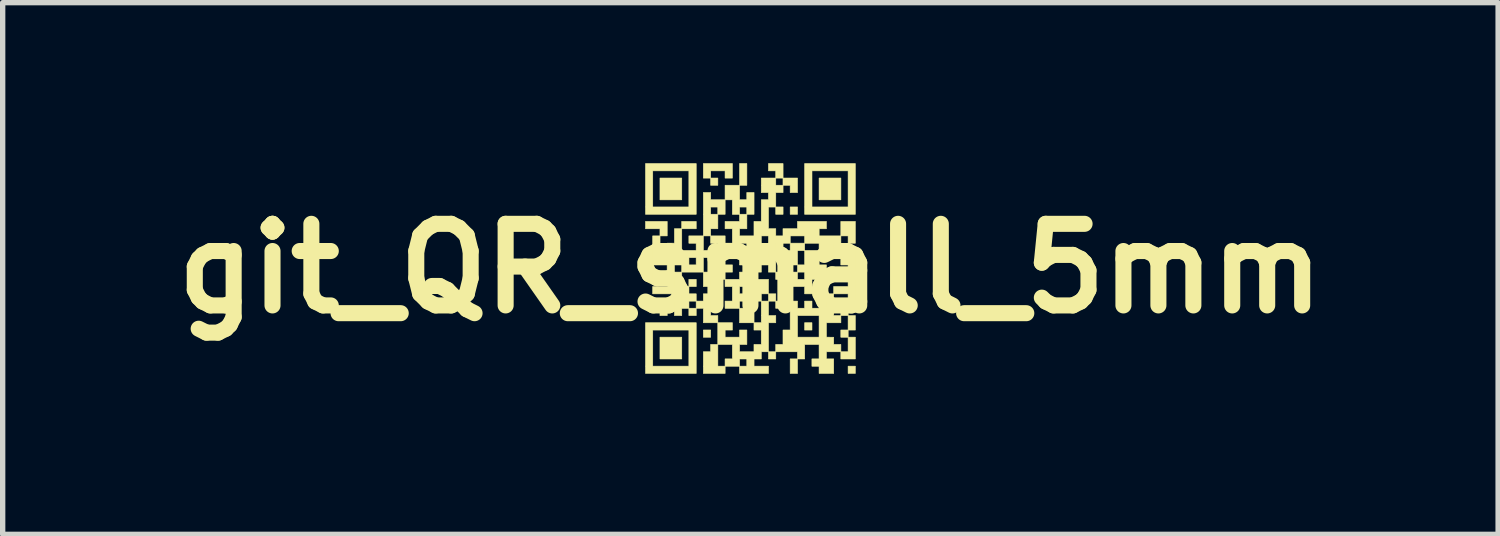
<source format=kicad_pcb>
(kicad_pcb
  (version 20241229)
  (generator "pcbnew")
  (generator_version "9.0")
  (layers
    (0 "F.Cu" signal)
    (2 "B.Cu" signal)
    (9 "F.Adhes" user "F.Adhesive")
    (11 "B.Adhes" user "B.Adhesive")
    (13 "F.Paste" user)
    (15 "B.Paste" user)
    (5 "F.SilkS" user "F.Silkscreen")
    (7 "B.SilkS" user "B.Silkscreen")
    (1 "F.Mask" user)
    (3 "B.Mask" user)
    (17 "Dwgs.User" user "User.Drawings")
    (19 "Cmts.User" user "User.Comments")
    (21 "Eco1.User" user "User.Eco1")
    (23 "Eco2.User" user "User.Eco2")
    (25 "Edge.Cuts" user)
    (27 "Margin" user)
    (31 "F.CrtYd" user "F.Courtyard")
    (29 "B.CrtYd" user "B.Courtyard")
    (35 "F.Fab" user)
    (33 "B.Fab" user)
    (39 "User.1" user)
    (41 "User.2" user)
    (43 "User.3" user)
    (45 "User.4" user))
  (footprint "git_QR_small_5mm"
    (layer "F.Cu")
    (at 10.966 1.965)
    (property "Reference" "git_QR_small_5mm" (at 0 0 0) (layer "F.SilkS") (effects (font (size 1.524 1.524) (thickness 0.3))))
    (attr through_hole)
    (fp_poly (pts (xy -1.688 0.204) (xy -1.826 0.204) (xy -1.826 0.066) (xy -1.688 0.066) (xy -1.688 0.204)) (stroke (width 0.01) (type solid)) (fill yes) (layer "F.SilkS"))
    (fp_poly (pts (xy -1.282 -1.282) (xy -1.69 -1.282) (xy -1.69 -1.69) (xy -1.282 -1.69) (xy -1.282 -1.282)) (stroke (width 0.01) (type solid)) (fill yes) (layer "F.SilkS"))
    (fp_poly (pts (xy -1.282 1.69) (xy -1.69 1.69) (xy -1.69 1.282) (xy -1.282 1.282) (xy -1.282 1.69)) (stroke (width 0.01) (type solid)) (fill yes) (layer "F.SilkS"))
    (fp_poly (pts (xy -0.742 1.284) (xy -0.88 1.284) (xy -0.88 1.148) (xy -0.742 1.148) (xy -0.742 1.284)) (stroke (width 0.01) (type solid)) (fill yes) (layer "F.SilkS"))
    (fp_poly (pts (xy 0.88 -1.012) (xy 0.742 -1.012) (xy 0.742 -1.15) (xy 0.88 -1.15) (xy 0.88 -1.012)) (stroke (width 0.01) (type solid)) (fill yes) (layer "F.SilkS"))
    (fp_poly (pts (xy 1.15 1.15) (xy 1.012 1.15) (xy 1.012 1.012) (xy 1.15 1.012) (xy 1.15 1.15)) (stroke (width 0.01) (type solid)) (fill yes) (layer "F.SilkS"))
    (fp_poly (pts (xy 1.69 -1.282) (xy 1.282 -1.282) (xy 1.282 -1.69) (xy 1.69 -1.69) (xy 1.69 -1.282)) (stroke (width 0.01) (type solid)) (fill yes) (layer "F.SilkS"))
    (fp_poly (pts (xy 1.96 1.96) (xy 1.824 1.96) (xy 1.824 1.824) (xy 1.96 1.824) (xy 1.96 1.96)) (stroke (width 0.01) (type solid)) (fill yes) (layer "F.SilkS"))
    (fp_poly (pts (xy 1.96 0.068) (xy 1.824 0.068) (xy 1.824 -0.066) (xy 1.688 -0.066) (xy 1.688 -0.204) (xy 1.824 -0.204) (xy 1.824 -0.338) (xy 1.96 -0.338) (xy 1.96 0.068)) (stroke (width 0.01) (type solid)) (fill yes) (layer "F.SilkS"))
    (fp_poly (pts (xy -1.012 -1.012) (xy -1.96 -1.012) (xy -1.96 -1.824) (xy -1.824 -1.824) (xy -1.824 -1.15) (xy -1.15 -1.15) (xy -1.15 -1.824) (xy -1.824 -1.824) (xy -1.96 -1.824) (xy -1.96 -1.96) (xy -1.012 -1.96) (xy -1.012 -1.012)) (stroke (width 0.01) (type solid)) (fill yes) (layer "F.SilkS"))
    (fp_poly (pts (xy -1.012 1.96) (xy -1.96 1.96) (xy -1.96 1.15) (xy -1.824 1.15) (xy -1.824 1.824) (xy -1.15 1.824) (xy -1.15 1.15) (xy -1.824 1.15) (xy -1.96 1.15) (xy -1.96 1.012) (xy -1.012 1.012) (xy -1.012 1.96)) (stroke (width 0.01) (type solid)) (fill yes) (layer "F.SilkS"))
    (fp_poly (pts (xy 1.96 -1.012) (xy 1.012 -1.012) (xy 1.012 -1.824) (xy 1.15 -1.824) (xy 1.15 -1.15) (xy 1.824 -1.15) (xy 1.824 -1.824) (xy 1.15 -1.824) (xy 1.012 -1.824) (xy 1.012 -1.96) (xy 1.96 -1.96) (xy 1.96 -1.012)) (stroke (width 0.01) (type solid)) (fill yes) (layer "F.SilkS"))
    (fp_poly (pts (xy -0.336 -1.688) (xy -0.474 -1.688) (xy -0.474 -1.824) (xy -0.742 -1.824) (xy -0.742 -1.69) (xy -0.608 -1.69) (xy -0.608 -1.554) (xy -0.744 -1.554) (xy -0.744 -1.688) (xy -0.88 -1.688) (xy -0.88 -1.96) (xy -0.336 -1.96) (xy -0.336 -1.688)) (stroke (width 0.01) (type solid)) (fill yes) (layer "F.SilkS"))
    (fp_poly (pts (xy -0.066 -1.554) (xy -0.202 -1.554) (xy -0.202 -1.284) (xy -0.068 -1.284) (xy -0.068 -1.42) (xy 0.068 -1.42) (xy 0.068 -1.012) (xy -0.066 -1.012) (xy -0.066 -0.742) (xy -0.202 -0.742) (xy -0.202 -0.61) (xy 0.066 -0.61) (xy 0.066 -0.88) (xy 0.202 -0.88) (xy 0.202 -1.284) (xy 0.336 -1.284) (xy 0.336 -1.418) (xy 0.202 -1.418) (xy 0.202 -1.688) (xy 0.474 -1.688) (xy 0.474 -1.556) (xy 0.608 -1.556) (xy 0.608 -1.688) (xy 0.474 -1.688) (xy 0.202 -1.688) (xy 0.202 -1.69) (xy 0.472 -1.69) (xy 0.472 -1.824) (xy 0.336 -1.824) (xy 0.336 -1.96) (xy 0.61 -1.96) (xy 0.61 -1.69) (xy 0.88 -1.69) (xy 0.88 -1.418) (xy 0.742 -1.418) (xy 0.742 -1.554) (xy 0.61 -1.554) (xy 0.61 -1.418) (xy 0.474 -1.418) (xy 0.474 -1.15) (xy 0.61 -1.15) (xy 0.61 -1.012) (xy 0.472 -1.012) (xy 0.472 -1.148) (xy 0.338 -1.148) (xy 0.338 -0.744) (xy 0.474 -0.744) (xy 0.474 -0.61) (xy 0.608 -0.61) (xy 0.608 -0.744) (xy 0.878 -0.744) (xy 0.878 -0.88) (xy 1.42 -0.88) (xy 1.42 -0.742) (xy 1.284 -0.742) (xy 1.284 -0.61) (xy 1.688 -0.61) (xy 1.688 -0.88) (xy 1.96 -0.88) (xy 1.96 -0.472) (xy 1.824 -0.472) (xy 1.824 -0.608) (xy 1.69 -0.608) (xy 1.69 -0.472) (xy 1.623 -0.472) (xy 1.556 -0.472) (xy 1.556 -0.405) (xy 1.555 -0.337) (xy 1.419 -0.336) (xy 1.284 -0.336) (xy 1.284 -0.068) (xy 1.42 -0.068) (xy 1.42 0.068) (xy 1.284 0.068) (xy 1.284 0.204) (xy 1.15 0.204) (xy 1.15 0.336) (xy 1.284 0.336) (xy 1.284 0.472) (xy 1.554 0.472) (xy 1.554 0.336) (xy 1.824 0.336) (xy 1.824 0.202) (xy 1.96 0.202) (xy 1.96 0.61) (xy 1.824 0.61) (xy 1.824 0.474) (xy 1.556 0.474) (xy 1.556 0.541) (xy 1.555 0.609) (xy 1.488 0.61) (xy 1.42 0.61) (xy 1.42 0.742) (xy 1.556 0.742) (xy 1.556 0.878) (xy 1.688 0.878) (xy 1.688 0.742) (xy 1.826 0.742) (xy 1.826 0.878) (xy 1.96 0.878) (xy 1.96 1.15) (xy 1.826 1.15) (xy 1.826 1.282) (xy 1.96 1.282) (xy 1.96 1.69) (xy 1.688 1.69) (xy 1.688 1.556) (xy 1.42 1.556) (xy 1.42 1.688) (xy 1.556 1.688) (xy 1.556 1.96) (xy 1.282 1.96) (xy 1.282 1.826) (xy 1.148 1.826) (xy 1.148 1.688) (xy 1.282 1.688) (xy 1.282 1.42) (xy 1.014 1.42) (xy 1.014 1.69) (xy 0.88 1.69) (xy 0.88 1.96) (xy 0.742 1.96) (xy 0.742 1.688) (xy 0.878 1.688) (xy 0.878 1.556) (xy 0.474 1.556) (xy 0.474 1.69) (xy 0.336 1.69) (xy 0.336 1.556) (xy 0.204 1.556) (xy 0.204 1.69) (xy 0.068 1.69) (xy 0.068 1.824) (xy 0.338 1.824) (xy 0.338 1.96) (xy -0.204 1.96) (xy -0.204 1.826) (xy -0.472 1.826) (xy -0.472 1.96) (xy -0.88 1.96) (xy -0.88 1.554) (xy -0.744 1.554) (xy -0.744 1.42) (xy -0.608 1.42) (xy -0.608 1.824) (xy -0.474 1.824) (xy -0.474 1.69) (xy -0.202 1.69) (xy -0.202 1.824) (xy -0.068 1.824) (xy -0.068 1.69) (xy -0.202 1.69) (xy -0.474 1.69) (xy -0.474 1.688) (xy -0.338 1.688) (xy -0.338 1.42) (xy -0.608 1.42) (xy -0.744 1.42) (xy -0.744 1.418) (xy -0.61 1.418) (xy -0.61 1.014) (xy -0.88 1.014) (xy -0.88 0.744) (xy -1.012 0.744) (xy -1.012 0.88) (xy -1.15 0.88) (xy -1.15 0.744) (xy -1.282 0.744) (xy -1.282 0.88) (xy -1.42 0.88) (xy -1.42 0.744) (xy -1.554 0.744) (xy -1.554 0.88) (xy -1.69 0.88) (xy -1.69 0.742) (xy -1.556 0.742) (xy -1.556 0.608) (xy -1.418 0.608) (xy -1.418 0.742) (xy -1.284 0.742) (xy -1.284 0.61) (xy -1.148 0.61) (xy -1.148 0.742) (xy -1.014 0.742) (xy -1.014 0.61) (xy -1.148 0.61) (xy -1.284 0.61) (xy -1.284 0.474) (xy -1.826 0.474) (xy -1.826 0.336) (xy -1.42 0.336) (xy -1.42 0.204) (xy -1.556 0.204) (xy -1.556 0.068) (xy -1.282 0.068) (xy -1.282 0.336) (xy -1.15 0.336) (xy -1.15 0.202) (xy -1.012 0.202) (xy -1.012 0.338) (xy -1.148 0.338) (xy -1.148 0.472) (xy -1.012 0.472) (xy -1.012 0.608) (xy -0.88 0.608) (xy -0.88 0.472) (xy -0.608 0.472) (xy -0.608 0.61) (xy -0.742 0.61) (xy -0.742 0.878) (xy -0.608 0.878) (xy -0.608 1.012) (xy -0.336 1.012) (xy -0.336 1.15) (xy -0.472 1.15) (xy -0.472 1.282) (xy -0.204 1.282) (xy -0.204 1.148) (xy -0.066 1.148) (xy -0.066 1.42) (xy -0.202 1.42) (xy -0.202 1.554) (xy 0.066 1.554) (xy 0.066 1.418) (xy 0.202 1.418) (xy 0.202 1.15) (xy 0.066 1.15) (xy 0.066 1.014) (xy -0.204 1.014) (xy -0.204 0.744) (xy -0.474 0.744) (xy -0.474 0.61) (xy -0.202 0.61) (xy -0.202 0.742) (xy -0.068 0.742) (xy -0.068 0.61) (xy 0.068 0.61) (xy 0.068 1.012) (xy 0.202 1.012) (xy 0.202 0.61) (xy 0.338 0.61) (xy 0.338 0.878) (xy 0.474 0.878) (xy 0.474 1.014) (xy 0.338 1.014) (xy 0.338 1.554) (xy 0.472 1.554) (xy 0.472 1.418) (xy 0.608 1.418) (xy 0.608 1.148) (xy 0.742 1.148) (xy 0.742 0.88) (xy 0.88 0.88) (xy 0.88 1.282) (xy 1.282 1.282) (xy 1.282 1.014) (xy 1.42 1.014) (xy 1.42 1.282) (xy 1.555 1.283) (xy 1.556 1.351) (xy 1.556 1.418) (xy 1.69 1.418) (xy 1.69 1.554) (xy 1.824 1.554) (xy 1.824 1.284) (xy 1.688 1.284) (xy 1.688 1.148) (xy 1.824 1.148) (xy 1.824 0.88) (xy 1.69 0.88) (xy 1.69 1.014) (xy 1.42 1.014) (xy 1.282 1.014) (xy 1.282 0.88) (xy 0.88 0.88) (xy 0.742 0.88) (xy 0.742 0.61) (xy 0.61 0.61) (xy 0.61 0.744) (xy 0.472 0.744) (xy 0.472 0.61) (xy 0.338 0.61) (xy 0.202 0.61) (xy 0.068 0.61) (xy -0.068 0.61) (xy -0.202 0.61) (xy -0.474 0.61) (xy -0.474 0.608) (xy -0.338 0.608) (xy -0.338 0.474) (xy 0.204 0.474) (xy 0.204 0.608) (xy 0.336 0.608) (xy 0.336 0.474) (xy 0.204 0.474) (xy -0.338 0.474) (xy -0.338 0.338) (xy -0.474 0.338) (xy -0.474 0.204) (xy -0.742 0.204) (xy -0.742 0.338) (xy -0.88 0.338) (xy -0.88 0.068) (xy -1.282 0.068) (xy -1.556 0.068) (xy -1.556 -0.066) (xy -1.418 -0.066) (xy -1.418 0.066) (xy -1.284 0.066) (xy -1.284 -0.066) (xy -1.418 -0.066) (xy -1.556 -0.066) (xy -1.826 -0.066) (xy -1.826 -0.202) (xy -1.148 -0.202) (xy -1.148 -0.068) (xy -1.014 -0.068) (xy -1.014 -0.202) (xy -0.878 -0.202) (xy -0.878 0.066) (xy -0.61 0.066) (xy -0.61 -0.202) (xy -0.878 -0.202) (xy -1.014 -0.202) (xy -1.148 -0.202) (xy -1.826 -0.202) (xy -1.826 -0.336) (xy -0.472 -0.336) (xy -0.472 -0.068) (xy -0.336 -0.068) (xy -0.336 0.068) (xy -0.472 0.068) (xy -0.472 0.202) (xy -0.204 0.202) (xy -0.204 0.066) (xy -0.066 0.066) (xy -0.066 0.338) (xy -0.202 0.338) (xy -0.202 0.472) (xy 0.066 0.472) (xy 0.066 0.202) (xy 0.338 0.202) (xy 0.338 0.472) (xy 0.474 0.472) (xy 0.474 0.608) (xy 0.608 0.608) (xy 0.608 0.338) (xy 0.744 0.338) (xy 0.744 0.608) (xy 0.88 0.608) (xy 0.88 0.742) (xy 1.012 0.742) (xy 1.012 0.608) (xy 1.15 0.608) (xy 1.15 0.742) (xy 1.282 0.742) (xy 1.282 0.474) (xy 1.012 0.474) (xy 1.012 0.338) (xy 0.744 0.338) (xy 0.608 0.338) (xy 0.608 0.336) (xy 0.742 0.336) (xy 0.742 0.204) (xy 0.472 0.204) (xy 0.472 0.068) (xy 0.88 0.068) (xy 0.88 0.202) (xy 1.012 0.202) (xy 1.012 0.068) (xy 0.88 0.068) (xy 0.472 0.068) (xy 0.336 0.068) (xy 0.336 -0.066) (xy 0.204 -0.066) (xy 0.204 0.068) (xy 0.066 0.068) (xy 0.066 -0.066) (xy -0.204 -0.066) (xy -0.204 -0.336) (xy 0.068 -0.336) (xy 0.068 -0.204) (xy 0.202 -0.204) (xy 0.202 -0.336) (xy 0.068 -0.336) (xy -0.204 -0.336) (xy -0.472 -0.336) (xy -1.826 -0.336) (xy -1.826 -0.61) (xy -1.69 -0.61) (xy -1.69 -0.742) (xy -1.96 -0.742) (xy -1.96 -0.88) (xy -1.554 -0.88) (xy -1.554 -0.608) (xy -1.688 -0.608) (xy -1.688 -0.338) (xy -1.556 -0.338) (xy -1.556 -0.474) (xy -1.42 -0.474) (xy -1.42 -0.744) (xy -1.284 -0.744) (xy -1.284 -0.88) (xy -1.012 -0.88) (xy -1.012 -0.742) (xy -1.282 -0.742) (xy -1.282 -0.338) (xy -1.014 -0.338) (xy -1.014 -0.472) (xy -1.15 -0.472) (xy -1.15 -0.608) (xy -0.878 -0.608) (xy -0.878 -0.338) (xy -0.61 -0.338) (xy -0.61 -0.472) (xy -0.202 -0.472) (xy -0.202 -0.338) (xy -0.068 -0.338) (xy -0.068 -0.472) (xy -0.202 -0.472) (xy -0.61 -0.472) (xy -0.744 -0.472) (xy -0.744 -0.608) (xy -0.878 -0.608) (xy -1.15 -0.608) (xy -1.15 -0.61) (xy -0.88 -0.61) (xy -0.88 -0.742) (xy -0.742 -0.742) (xy -0.742 -0.61) (xy -0.472 -0.61) (xy -0.472 -0.474) (xy -0.338 -0.474) (xy -0.338 -0.608) (xy 0.204 -0.608) (xy 0.204 -0.338) (xy 0.338 -0.338) (xy 0.338 -0.204) (xy 0.474 -0.204) (xy 0.474 0.066) (xy 0.608 0.066) (xy 0.608 -0.066) (xy 0.744 -0.066) (xy 0.744 0.066) (xy 0.878 0.066) (xy 0.878 -0.066) (xy 0.744 -0.066) (xy 0.608 -0.066) (xy 0.608 -0.068) (xy 0.742 -0.068) (xy 0.742 -0.202) (xy 0.608 -0.202) (xy 0.608 -0.336) (xy 0.88 -0.336) (xy 0.88 -0.068) (xy 1.012 -0.068) (xy 1.012 -0.336) (xy 0.88 -0.336) (xy 0.608 -0.336) (xy 0.472 -0.336) (xy 0.472 -0.472) (xy 0.61 -0.472) (xy 0.61 -0.338) (xy 0.742 -0.338) (xy 0.742 -0.472) (xy 1.014 -0.472) (xy 1.014 -0.338) (xy 1.282 -0.338) (xy 1.282 -0.472) (xy 1.014 -0.472) (xy 0.742 -0.472) (xy 0.61 -0.472) (xy 0.472 -0.472) (xy 0.336 -0.472) (xy 0.336 -0.608) (xy 0.744 -0.608) (xy 0.744 -0.474) (xy 1.012 -0.474) (xy 1.012 -0.608) (xy 0.744 -0.608) (xy 0.336 -0.608) (xy 0.204 -0.608) (xy -0.338 -0.608) (xy -0.338 -0.742) (xy -0.474 -0.742) (xy -0.474 -0.88) (xy -0.204 -0.88) (xy -0.204 -1.012) (xy -0.338 -1.012) (xy -0.338 -1.148) (xy -0.202 -1.148) (xy -0.202 -1.014) (xy -0.068 -1.014) (xy -0.068 -1.148) (xy -0.202 -1.148) (xy -0.338 -1.148) (xy -0.338 -1.282) (xy -0.472 -1.282) (xy -0.472 -1.012) (xy -0.608 -1.012) (xy -0.608 -0.742) (xy -0.742 -0.742) (xy -0.88 -0.742) (xy -0.88 -1.148) (xy -0.742 -1.148) (xy -0.742 -1.014) (xy -0.61 -1.014) (xy -0.61 -1.148) (xy -0.742 -1.148) (xy -0.88 -1.148) (xy -0.88 -1.42) (xy -0.742 -1.42) (xy -0.742 -1.284) (xy -0.474 -1.284) (xy -0.474 -1.556) (xy -0.204 -1.556) (xy -0.204 -1.96) (xy -0.066 -1.96) (xy -0.066 -1.554)) (stroke (width 0.01) (type solid)) (fill yes) (layer "F.SilkS")))
  (gr_rect
    (start -3 -3)
    (end 24.931 6.93)
    (stroke (width 0.1) (type default))
    (fill no)
    (layer "Edge.Cuts")))
</source>
